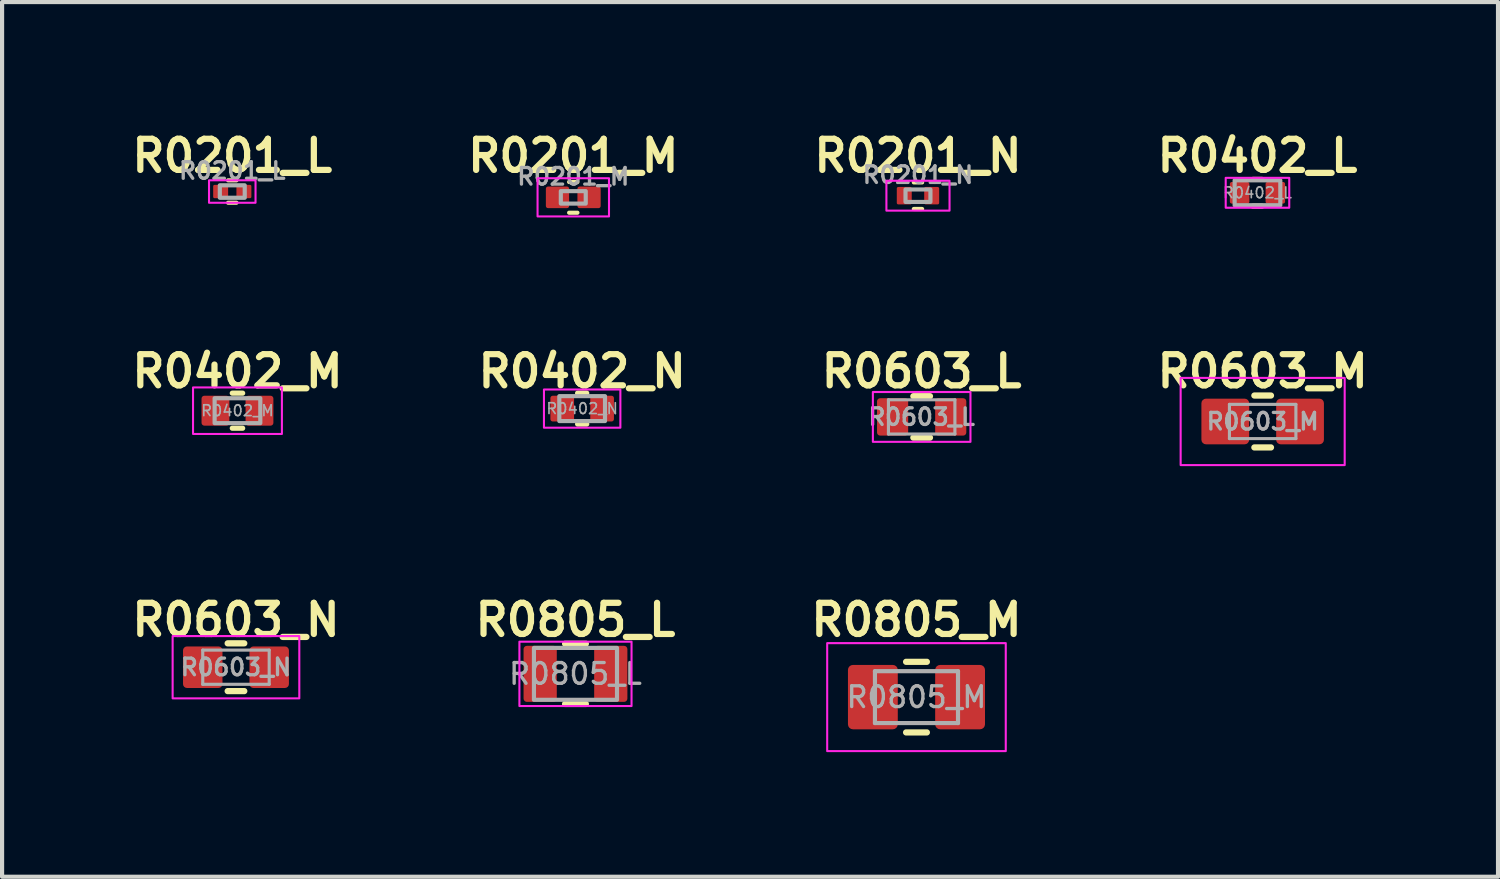
<source format=kicad_pcb>
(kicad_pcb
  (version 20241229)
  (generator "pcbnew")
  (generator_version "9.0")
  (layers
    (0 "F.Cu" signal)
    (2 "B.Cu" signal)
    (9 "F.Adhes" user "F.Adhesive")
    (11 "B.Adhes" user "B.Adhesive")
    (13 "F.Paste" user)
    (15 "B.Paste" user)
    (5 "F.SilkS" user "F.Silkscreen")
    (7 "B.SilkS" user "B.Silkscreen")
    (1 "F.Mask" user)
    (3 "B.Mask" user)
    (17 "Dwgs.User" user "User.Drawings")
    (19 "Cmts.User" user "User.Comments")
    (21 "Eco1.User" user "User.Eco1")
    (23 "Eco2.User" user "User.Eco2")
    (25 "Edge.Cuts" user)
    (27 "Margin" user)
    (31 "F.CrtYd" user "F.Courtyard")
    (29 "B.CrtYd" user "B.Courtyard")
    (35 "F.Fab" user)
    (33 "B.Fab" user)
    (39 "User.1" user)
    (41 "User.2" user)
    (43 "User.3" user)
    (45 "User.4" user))
  (footprint "R0402_M"
    (layer "F.Cu")
    (at 2.668 6.839)
    (property "Reference" "R0402_M" (at 0 -0.95 0) (layer "F.SilkS") (effects (font (size 0.75 0.75) (thickness 0.15) (bold yes))))
    (attr smd)
    (fp_line (start -0.125 -0.422) (end 0.125 -0.422) (stroke (width 0.125) (type solid)) (layer "F.SilkS"))
    (fp_line (start -0.125 0.422) (end 0.125 0.422) (stroke (width 0.125) (type solid)) (layer "F.SilkS"))
    (fp_rect (start -1.07 -0.56) (end 1.07 0.56) (stroke (width 0.05) (type default)) (fill no) (layer "F.CrtYd"))
    (fp_rect (start -0.55 -0.3) (end 0.55 0.3) (stroke (width 0.1) (type default)) (fill no) (layer "F.Fab"))
    (fp_text user "${REFERENCE}" (at 0 0 0) (layer "F.Fab") (effects (font (size 0.26 0.26) (thickness 0.04))))
    (pad "1" smd roundrect (at -0.53 0) (size 0.67 0.72) (layers "F.Cu" "F.Mask" "F.Paste") (roundrect_rratio 0.1))
    (pad "2" smd roundrect (at 0.53 0) (size 0.67 0.72) (layers "F.Cu" "F.Mask" "F.Paste") (roundrect_rratio 0.1)))
  (footprint "R0201_L"
    (layer "F.Cu")
    (at 2.543 1.562)
    (property "Reference" "R0201_L" (at 0 -0.86 0) (layer "F.SilkS") (effects (font (size 0.75 0.75) (thickness 0.15))))
    (attr smd)
    (fp_line (start -0.1 -0.27) (end 0.1 -0.27) (stroke (width 0.1) (type default)) (layer "F.SilkS"))
    (fp_line (start 0.1 0.27) (end -0.1 0.27) (stroke (width 0.1) (type default)) (layer "F.SilkS"))
    (fp_rect (start -0.56 -0.27) (end 0.56 0.27) (stroke (width 0.05) (type default)) (fill no) (layer "F.CrtYd"))
    (fp_rect (start -0.3 -0.15) (end 0.3 0.15) (stroke (width 0.1) (type default)) (fill no) (layer "F.Fab"))
    (fp_text user "${REFERENCE}" (at 0 -0.5 0) (layer "F.Fab") (effects (font (size 0.4 0.4) (thickness 0.08) (bold yes))))
    (pad "1" smd roundrect (at -0.28 0) (size 0.36 0.32) (layers "F.Cu" "F.Mask" "F.Paste") (roundrect_rratio 0.1))
    (pad "2" smd roundrect (at 0.28 0) (size 0.36 0.32) (layers "F.Cu" "F.Mask" "F.Paste") (roundrect_rratio 0.1)))
  (footprint "R0603_M"
    (layer "F.Cu")
    (at 27.354 7.099)
    (property "Reference" "R0603_M" (at 0 -1.21 0) (layer "F.SilkS") (effects (font (size 0.75 0.75) (thickness 0.15))))
    (attr smd)
    (fp_line (start -0.2 -0.625) (end 0.2 -0.625) (stroke (width 0.15) (type solid)) (layer "F.SilkS"))
    (fp_line (start -0.2 0.625) (end 0.2 0.625) (stroke (width 0.15) (type solid)) (layer "F.SilkS"))
    (fp_rect (start -1.975 -1.05) (end 1.975 1.05) (stroke (width 0.05) (type solid)) (fill no) (layer "F.CrtYd"))
    (fp_line (start -0.8 -0.412) (end 0.8 -0.412) (stroke (width 0.075) (type solid)) (layer "F.Fab"))
    (fp_line (start -0.8 0.412) (end -0.8 -0.412) (stroke (width 0.075) (type solid)) (layer "F.Fab"))
    (fp_line (start 0.8 -0.412) (end 0.8 0.412) (stroke (width 0.075) (type solid)) (layer "F.Fab"))
    (fp_line (start 0.8 0.412) (end -0.8 0.412) (stroke (width 0.075) (type solid)) (layer "F.Fab"))
    (fp_text user "${REFERENCE}" (at 0 0 0) (layer "F.Fab") (effects (font (size 0.4 0.4) (thickness 0.08) (bold yes))))
    (pad "1" smd roundrect (at -0.9 0) (size 1.15 1.1) (layers "F.Cu" "F.Mask" "F.Paste") (roundrect_rratio 0.1))
    (pad "2" smd roundrect (at 0.9 0) (size 1.15 1.1) (layers "F.Cu" "F.Mask" "F.Paste") (roundrect_rratio 0.1)))
  (footprint "R0603_N"
    (layer "F.Cu")
    (at 2.632 13.016)
    (property "Reference" "R0603_N" (at 0 -1.14 0) (layer "F.SilkS") (effects (font (size 0.75 0.75) (thickness 0.15))))
    (attr smd)
    (fp_line (start -0.2 -0.575) (end 0.2 -0.575) (stroke (width 0.15) (type solid)) (layer "F.SilkS"))
    (fp_line (start -0.2 0.575) (end 0.2 0.575) (stroke (width 0.15) (type solid)) (layer "F.SilkS"))
    (fp_rect (start -1.525 -0.75) (end 1.525 0.75) (stroke (width 0.05) (type solid)) (fill no) (layer "F.CrtYd"))
    (fp_line (start -0.8 -0.412) (end 0.8 -0.412) (stroke (width 0.075) (type solid)) (layer "F.Fab"))
    (fp_line (start -0.8 0.412) (end -0.8 -0.412) (stroke (width 0.075) (type solid)) (layer "F.Fab"))
    (fp_line (start 0.8 -0.412) (end 0.8 0.412) (stroke (width 0.075) (type solid)) (layer "F.Fab"))
    (fp_line (start 0.8 0.412) (end -0.8 0.412) (stroke (width 0.075) (type solid)) (layer "F.Fab"))
    (fp_text user "${REFERENCE}" (at 0 0 0) (layer "F.Fab") (effects (font (size 0.4 0.4) (thickness 0.08) (bold yes))))
    (pad "1" smd roundrect (at -0.8 0) (size 0.95 1) (layers "F.Cu" "F.Mask" "F.Paste") (roundrect_rratio 0.1))
    (pad "2" smd roundrect (at 0.8 0) (size 0.95 1) (layers "F.Cu" "F.Mask" "F.Paste") (roundrect_rratio 0.1)))
  (footprint "R0805_M"
    (layer "F.Cu")
    (at 19.018 13.736)
    (property "Reference" "R0805_M" (at 0 -1.86 0) (layer "F.SilkS") (effects (font (size 0.75 0.75) (thickness 0.15))))
    (attr smd)
    (fp_line (start -0.25 -0.85) (end 0.25 -0.85) (stroke (width 0.15) (type solid)) (layer "F.SilkS"))
    (fp_line (start -0.25 0.85) (end 0.25 0.85) (stroke (width 0.15) (type solid)) (layer "F.SilkS"))
    (fp_rect (start -2.15 -1.3) (end 2.15 1.3) (stroke (width 0.05) (type default)) (fill no) (layer "F.CrtYd"))
    (fp_line (start -1 -0.625) (end 1 -0.625) (stroke (width 0.1) (type solid)) (layer "F.Fab"))
    (fp_line (start -1 0.625) (end -1 -0.625) (stroke (width 0.1) (type solid)) (layer "F.Fab"))
    (fp_line (start 1 -0.625) (end 1 0.625) (stroke (width 0.1) (type solid)) (layer "F.Fab"))
    (fp_line (start 1 0.625) (end -1 0.625) (stroke (width 0.1) (type solid)) (layer "F.Fab"))
    (fp_text user "${REFERENCE}" (at 0 0 0) (layer "F.Fab") (effects (font (size 0.5 0.5) (thickness 0.08))))
    (pad "1" smd roundrect (at -1.05 0) (size 1.2 1.55) (layers "F.Cu" "F.Mask" "F.Paste") (roundrect_rratio 0.1))
    (pad "2" smd roundrect (at 1.05 0) (size 1.2 1.55) (layers "F.Cu" "F.Mask" "F.Paste") (roundrect_rratio 0.1)))
  (footprint "R0201_N"
    (layer "F.Cu")
    (at 19.054 1.662)
    (property "Reference" "R0201_N" (at 0 -0.96 0) (layer "F.SilkS") (effects (font (size 0.75 0.75) (thickness 0.15))))
    (attr smd)
    (fp_line (start -0.1 -0.32) (end 0.1 -0.32) (stroke (width 0.1) (type default)) (layer "F.SilkS"))
    (fp_line (start 0.1 0.32) (end -0.1 0.32) (stroke (width 0.1) (type default)) (layer "F.SilkS"))
    (fp_rect (start -0.76 -0.36) (end 0.76 0.36) (stroke (width 0.05) (type default)) (fill no) (layer "F.CrtYd"))
    (fp_rect (start -0.3 -0.15) (end 0.3 0.15) (stroke (width 0.1) (type default)) (fill no) (layer "F.Fab"))
    (fp_text user "${REFERENCE}" (at 0 -0.5 0) (layer "F.Fab") (effects (font (size 0.4 0.4) (thickness 0.08) (bold yes))))
    (pad "1" smd roundrect (at -0.33 0) (size 0.36 0.42) (layers "F.Cu" "F.Mask" "F.Paste") (roundrect_rratio 0.1))
    (pad "2" smd roundrect (at 0.33 0) (size 0.36 0.42) (layers "F.Cu" "F.Mask" "F.Paste") (roundrect_rratio 0.1)))
  (footprint "R0603_L"
    (layer "F.Cu")
    (at 19.143 6.989)
    (property "Reference" "R0603_L" (at 0 -1.1 0) (layer "F.SilkS") (effects (font (size 0.75 0.75) (thickness 0.15))))
    (attr smd)
    (fp_line (start -0.2 -0.499) (end 0.2 -0.499) (stroke (width 0.15) (type solid)) (layer "F.SilkS"))
    (fp_line (start -0.2 0.499) (end 0.2 0.499) (stroke (width 0.15) (type solid)) (layer "F.SilkS"))
    (fp_rect (start -1.175 -0.6) (end 1.175 0.6) (stroke (width 0.05) (type default)) (fill no) (layer "F.CrtYd"))
    (fp_line (start -0.8 -0.412) (end 0.8 -0.412) (stroke (width 0.075) (type solid)) (layer "F.Fab"))
    (fp_line (start -0.8 0.412) (end -0.8 -0.412) (stroke (width 0.075) (type solid)) (layer "F.Fab"))
    (fp_line (start 0.8 -0.412) (end 0.8 0.412) (stroke (width 0.075) (type solid)) (layer "F.Fab"))
    (fp_line (start 0.8 0.412) (end -0.8 0.412) (stroke (width 0.075) (type solid)) (layer "F.Fab"))
    (fp_text user "${REFERENCE}" (at 0 0 0) (layer "F.Fab") (effects (font (size 0.4 0.4) (thickness 0.08) (bold yes))))
    (pad "1" smd roundrect (at -0.7 0) (size 0.75 0.9) (layers "F.Cu" "F.Mask" "F.Paste") (roundrect_rratio 0.1))
    (pad "2" smd roundrect (at 0.7 0) (size 0.75 0.9) (layers "F.Cu" "F.Mask" "F.Paste") (roundrect_rratio 0.1)))
  (footprint "R0805_L"
    (layer "F.Cu")
    (at 10.807 13.176)
    (property "Reference" "R0805_L" (at 0 -1.3 0) (layer "F.SilkS") (effects (font (size 0.75 0.75) (thickness 0.15))))
    (attr smd)
    (fp_line (start -0.25 -0.725) (end 0.25 -0.725) (stroke (width 0.15) (type solid)) (layer "F.SilkS"))
    (fp_line (start -0.25 0.725) (end 0.25 0.725) (stroke (width 0.15) (type solid)) (layer "F.SilkS"))
    (fp_rect (start -1.35 -0.775) (end 1.35 0.775) (stroke (width 0.05) (type solid)) (fill no) (layer "F.CrtYd"))
    (fp_rect (start -1 -0.625) (end 1 0.625) (stroke (width 0.1) (type default)) (fill no) (layer "F.Fab"))
    (fp_text user "${REFERENCE}" (at 0 0 0) (layer "F.Fab") (effects (font (size 0.5 0.5) (thickness 0.08))))
    (pad "1" smd roundrect (at -0.85 0) (size 0.8 1.35) (layers "F.Cu" "F.Mask" "F.Paste") (roundrect_rratio 0.1))
    (pad "2" smd roundrect (at 0.85 0) (size 0.8 1.35) (layers "F.Cu" "F.Mask" "F.Paste") (roundrect_rratio 0.1)))
  (footprint "R0402_L"
    (layer "F.Cu")
    (at 27.229 1.592)
    (property "Reference" "R0402_L" (at 0 -0.89 0) (layer "F.SilkS") (effects (font (size 0.75 0.75) (thickness 0.15) (bold yes))))
    (attr smd)
    (fp_line (start -0.11 -0.322) (end 0.11 -0.322) (stroke (width 0.125) (type solid)) (layer "F.SilkS"))
    (fp_line (start -0.11 0.322) (end 0.11 0.322) (stroke (width 0.125) (type solid)) (layer "F.SilkS"))
    (fp_rect (start -0.765 -0.36) (end 0.765 0.36) (stroke (width 0.05) (type solid)) (fill no) (layer "F.CrtYd"))
    (fp_rect (start -0.55 -0.3) (end 0.55 0.3) (stroke (width 0.1) (type default)) (fill no) (layer "F.Fab"))
    (fp_text user "${REFERENCE}" (at 0 0 0) (layer "F.Fab") (effects (font (size 0.26 0.26) (thickness 0.04))))
    (pad "1" smd roundrect (at -0.43 0) (size 0.47 0.52) (layers "F.Cu" "F.Mask" "F.Paste") (roundrect_rratio 0.1))
    (pad "2" smd roundrect (at 0.43 0) (size 0.47 0.52) (layers "F.Cu" "F.Mask" "F.Paste") (roundrect_rratio 0.1)))
  (footprint "R0201_M"
    (layer "F.Cu")
    (at 10.754 1.702)
    (property "Reference" "R0201_M" (at 0 -1 0) (layer "F.SilkS") (effects (font (size 0.75 0.75) (thickness 0.15))))
    (attr smd)
    (fp_line (start -0.1 -0.37) (end 0.1 -0.37) (stroke (width 0.1) (type default)) (layer "F.SilkS"))
    (fp_line (start 0.1 0.37) (end -0.1 0.37) (stroke (width 0.1) (type default)) (layer "F.SilkS"))
    (fp_rect (start -0.86 -0.46) (end 0.86 0.46) (stroke (width 0.05) (type default)) (fill no) (layer "F.CrtYd"))
    (fp_rect (start -0.3 -0.15) (end 0.3 0.15) (stroke (width 0.1) (type default)) (fill no) (layer "F.Fab"))
    (fp_text user "${REFERENCE}" (at 0 -0.5 0) (layer "F.Fab") (effects (font (size 0.4 0.4) (thickness 0.08) (bold yes))))
    (pad "1" smd roundrect (at -0.38 0) (size 0.56 0.52) (layers "F.Cu" "F.Mask" "F.Paste") (roundrect_rratio 0.1))
    (pad "2" smd roundrect (at 0.38 0) (size 0.56 0.52) (layers "F.Cu" "F.Mask" "F.Paste") (roundrect_rratio 0.1)))
  (footprint "R0402_N"
    (layer "F.Cu")
    (at 10.968 6.789)
    (property "Reference" "R0402_N" (at 0 -0.9 0) (layer "F.SilkS") (effects (font (size 0.75 0.75) (thickness 0.15) (bold yes))))
    (attr smd)
    (fp_line (start -0.11 -0.372) (end 0.11 -0.372) (stroke (width 0.125) (type solid)) (layer "F.SilkS"))
    (fp_line (start -0.11 0.372) (end 0.11 0.372) (stroke (width 0.125) (type solid)) (layer "F.SilkS"))
    (fp_rect (start -0.92 -0.46) (end 0.92 0.46) (stroke (width 0.05) (type default)) (fill no) (layer "F.CrtYd"))
    (fp_rect (start -0.55 -0.3) (end 0.55 0.3) (stroke (width 0.1) (type default)) (fill no) (layer "F.Fab"))
    (fp_text user "${REFERENCE}" (at 0 0 0) (layer "F.Fab") (effects (font (size 0.26 0.26) (thickness 0.04))))
    (pad "1" smd roundrect (at -0.48 0) (size 0.57 0.62) (layers "F.Cu" "F.Mask" "F.Paste") (roundrect_rratio 0.1))
    (pad "2" smd roundrect (at 0.48 0) (size 0.57 0.62) (layers "F.Cu" "F.Mask" "F.Paste") (roundrect_rratio 0.1)))
  (gr_rect
    (start -3 -3)
    (end 33.021 18.061)
    (stroke (width 0.1) (type default))
    (fill no)
    (layer "Edge.Cuts")))
</source>
